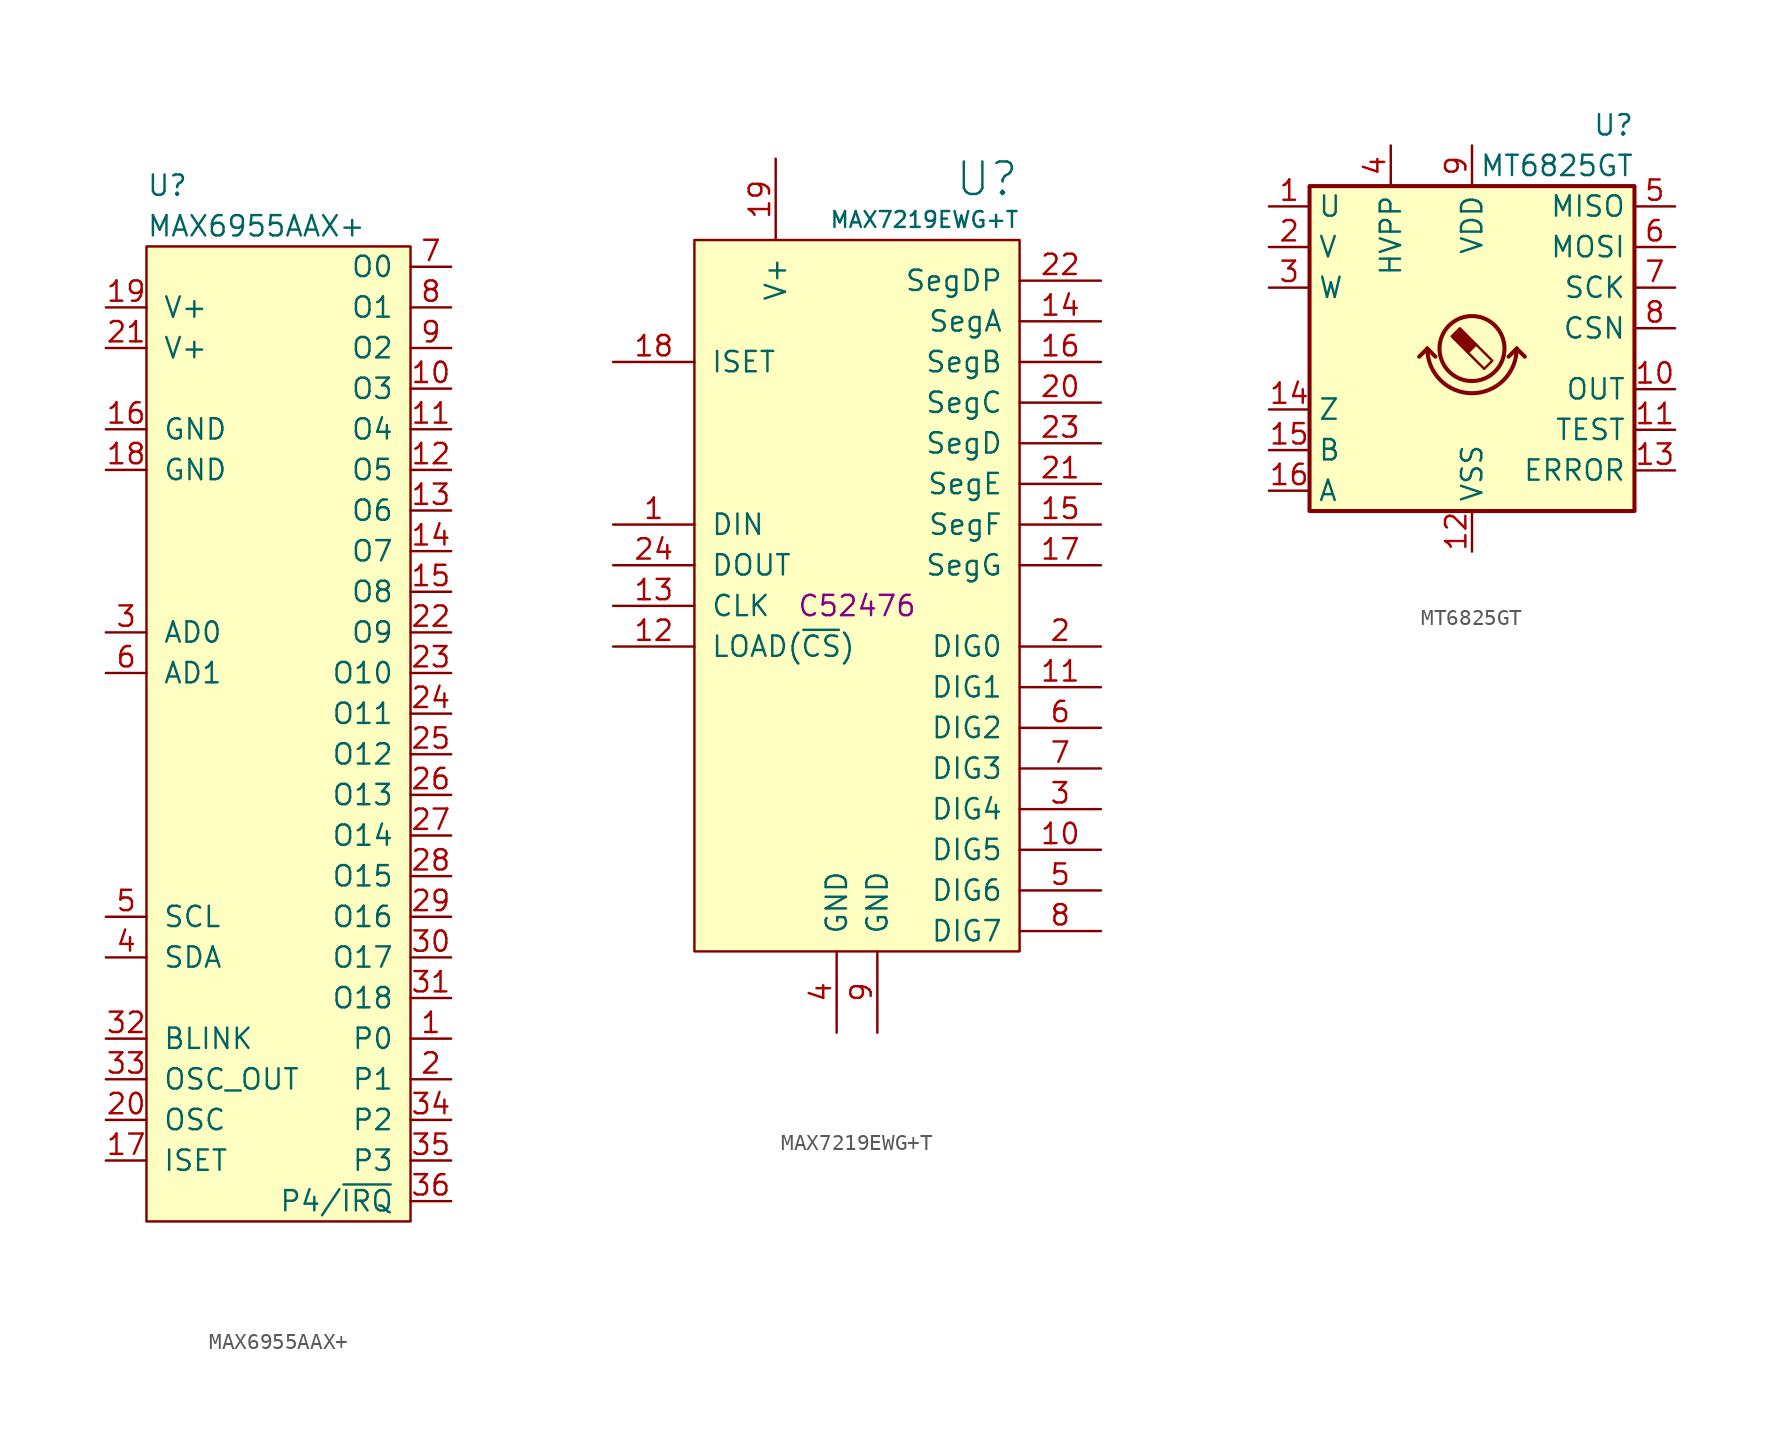
<source format=kicad_sym>
(kicad_symbol_lib
  (version 20231120)
  (generator "kicad_symbol_editor")
  (generator_version "8.0")
  (symbol "MAX6955AAX+"
    (pin_names
      (offset 1.016))
    (property "Reference" "U"
      (at -7.62 34.29 0)
      (effects (font (size 1.27 1.27)) (justify left)))
    (property "Value" "MAX6955AAX+"
      (at -7.62 31.75 0)
      (effects (font (size 1.27 1.27)) (justify left)))
    (symbol "MAX6955AAX+_0_0"
      (pin bidirectional line (at 11.43 -19.05 180) (length 2.54) (name "P0" (effects (font (size 1.27 1.27)))) (number "1" (effects (font (size 1.27 1.27)))))
      (pin output line (at 11.43 21.59 180) (length 2.54) (name "O3" (effects (font (size 1.27 1.27)))) (number "10" (effects (font (size 1.27 1.27)))))
      (pin output line (at 11.43 19.05 180) (length 2.54) (name "O4" (effects (font (size 1.27 1.27)))) (number "11" (effects (font (size 1.27 1.27)))))
      (pin output line (at 11.43 16.51 180) (length 2.54) (name "O5" (effects (font (size 1.27 1.27)))) (number "12" (effects (font (size 1.27 1.27)))))
      (pin output line (at 11.43 13.97 180) (length 2.54) (name "O6" (effects (font (size 1.27 1.27)))) (number "13" (effects (font (size 1.27 1.27)))))
      (pin output line (at 11.43 11.43 180) (length 2.54) (name "O7" (effects (font (size 1.27 1.27)))) (number "14" (effects (font (size 1.27 1.27)))))
      (pin output line (at 11.43 8.89 180) (length 2.54) (name "O8" (effects (font (size 1.27 1.27)))) (number "15" (effects (font (size 1.27 1.27)))))
      (pin power_in line (at -10.16 19.05 0) (length 2.54) (name "GND" (effects (font (size 1.27 1.27)))) (number "16" (effects (font (size 1.27 1.27)))))
      (pin input line (at -10.16 -26.67 0) (length 2.54) (name "ISET" (effects (font (size 1.27 1.27)))) (number "17" (effects (font (size 1.27 1.27)))))
      (pin power_in line (at -10.16 16.51 0) (length 2.54) (name "GND" (effects (font (size 1.27 1.27)))) (number "18" (effects (font (size 1.27 1.27)))))
      (pin power_in line (at -10.16 26.67 0) (length 2.54) (name "V+" (effects (font (size 1.27 1.27)))) (number "19" (effects (font (size 1.27 1.27)))))
      (pin bidirectional line (at 11.43 -21.59 180) (length 2.54) (name "P1" (effects (font (size 1.27 1.27)))) (number "2" (effects (font (size 1.27 1.27)))))
      (pin input line (at -10.16 -24.13 0) (length 2.54) (name "OSC" (effects (font (size 1.27 1.27)))) (number "20" (effects (font (size 1.27 1.27)))))
      (pin power_in line (at -10.16 24.13 0) (length 2.54) (name "V+" (effects (font (size 1.27 1.27)))) (number "21" (effects (font (size 1.27 1.27)))))
      (pin output line (at 11.43 6.35 180) (length 2.54) (name "O9" (effects (font (size 1.27 1.27)))) (number "22" (effects (font (size 1.27 1.27)))))
      (pin output line (at 11.43 3.81 180) (length 2.54) (name "O10" (effects (font (size 1.27 1.27)))) (number "23" (effects (font (size 1.27 1.27)))))
      (pin output line (at 11.43 1.27 180) (length 2.54) (name "O11" (effects (font (size 1.27 1.27)))) (number "24" (effects (font (size 1.27 1.27)))))
      (pin output line (at 11.43 -1.27 180) (length 2.54) (name "O12" (effects (font (size 1.27 1.27)))) (number "25" (effects (font (size 1.27 1.27)))))
      (pin output line (at 11.43 -3.81 180) (length 2.54) (name "O13" (effects (font (size 1.27 1.27)))) (number "26" (effects (font (size 1.27 1.27)))))
      (pin output line (at 11.43 -6.35 180) (length 2.54) (name "O14" (effects (font (size 1.27 1.27)))) (number "27" (effects (font (size 1.27 1.27)))))
      (pin output line (at 11.43 -8.89 180) (length 2.54) (name "O15" (effects (font (size 1.27 1.27)))) (number "28" (effects (font (size 1.27 1.27)))))
      (pin output line (at 11.43 -11.43 180) (length 2.54) (name "O16" (effects (font (size 1.27 1.27)))) (number "29" (effects (font (size 1.27 1.27)))))
      (pin input line (at -10.16 6.35 0) (length 2.54) (name "AD0" (effects (font (size 1.27 1.27)))) (number "3" (effects (font (size 1.27 1.27)))))
      (pin output line (at 11.43 -13.97 180) (length 2.54) (name "O17" (effects (font (size 1.27 1.27)))) (number "30" (effects (font (size 1.27 1.27)))))
      (pin output line (at 11.43 -16.51 180) (length 2.54) (name "O18" (effects (font (size 1.27 1.27)))) (number "31" (effects (font (size 1.27 1.27)))))
      (pin output line (at -10.16 -19.05 0) (length 2.54) (name "BLINK" (effects (font (size 1.27 1.27)))) (number "32" (effects (font (size 1.27 1.27)))))
      (pin output line (at -10.16 -21.59 0) (length 2.54) (name "OSC_OUT" (effects (font (size 1.27 1.27)))) (number "33" (effects (font (size 1.27 1.27)))))
      (pin bidirectional line (at 11.43 -24.13 180) (length 2.54) (name "P2" (effects (font (size 1.27 1.27)))) (number "34" (effects (font (size 1.27 1.27)))))
      (pin bidirectional line (at 11.43 -26.67 180) (length 2.54) (name "P3" (effects (font (size 1.27 1.27)))) (number "35" (effects (font (size 1.27 1.27)))))
      (pin bidirectional line (at 11.43 -29.21 180) (length 2.54) (name "P4/~{IRQ}" (effects (font (size 1.27 1.27)))) (number "36" (effects (font (size 1.27 1.27)))))
      (pin bidirectional line (at -10.16 -13.97 0) (length 2.54) (name "SDA" (effects (font (size 1.27 1.27)))) (number "4" (effects (font (size 1.27 1.27)))))
      (pin input line (at -10.16 -11.43 0) (length 2.54) (name "SCL" (effects (font (size 1.27 1.27)))) (number "5" (effects (font (size 1.27 1.27)))))
      (pin input line (at -10.16 3.81 0) (length 2.54) (name "AD1" (effects (font (size 1.27 1.27)))) (number "6" (effects (font (size 1.27 1.27)))))
      (pin output line (at 11.43 29.21 180) (length 2.54) (name "O0" (effects (font (size 1.27 1.27)))) (number "7" (effects (font (size 1.27 1.27)))))
      (pin output line (at 11.43 26.67 180) (length 2.54) (name "O1" (effects (font (size 1.27 1.27)))) (number "8" (effects (font (size 1.27 1.27)))))
      (pin output line (at 11.43 24.13 180) (length 2.54) (name "O2" (effects (font (size 1.27 1.27)))) (number "9" (effects (font (size 1.27 1.27))))))
    (symbol "MAX6955AAX+_0_1"
      (rectangle (start 8.89 30.48) (end -7.62 -30.48) (stroke (width 0) (type default)) (fill (type background)))))
  (symbol "MAX7219EWG+T"
    (pin_names
      (offset 1.016))
    (property "Reference" "U"
      (at 10.16 26.67 0)
      (effects (font (size 2.032 2.032)) (justify right)))
    (property "Value" "MAX7219EWG+T"
      (at 10.16 24.13 0)
      (effects (font (size 0.991 0.991)) (justify right)))
    (property "LCSC" "C52476"
      (at 0 0 0)
      (effects (font (size 1.27 1.27))))
    (symbol "MAX7219EWG+T_0_1"
      (rectangle (start 10.16 22.86) (end -10.16 -21.59) (stroke (width 0) (type default)) (fill (type background))))
    (symbol "MAX7219EWG+T_1_1"
      (pin input line (at -15.24 5.08 0) (length 5.08) (name "DIN" (effects (font (size 1.27 1.27)))) (number "1" (effects (font (size 1.27 1.27)))))
      (pin output line (at 15.24 -15.24 180) (length 5.08) (name "DIG5" (effects (font (size 1.27 1.27)))) (number "10" (effects (font (size 1.27 1.27)))))
      (pin output line (at 15.24 -5.08 180) (length 5.08) (name "DIG1" (effects (font (size 1.27 1.27)))) (number "11" (effects (font (size 1.27 1.27)))))
      (pin input line (at -15.24 -2.54 0) (length 5.08) (name "LOAD(~{CS})" (effects (font (size 1.27 1.27)))) (number "12" (effects (font (size 1.27 1.27)))))
      (pin input line (at -15.24 0 0) (length 5.08) (name "CLK" (effects (font (size 1.27 1.27)))) (number "13" (effects (font (size 1.27 1.27)))))
      (pin output line (at 15.24 17.78 180) (length 5.08) (name "SegA" (effects (font (size 1.27 1.27)))) (number "14" (effects (font (size 1.27 1.27)))))
      (pin output line (at 15.24 5.08 180) (length 5.08) (name "SegF" (effects (font (size 1.27 1.27)))) (number "15" (effects (font (size 1.27 1.27)))))
      (pin output line (at 15.24 15.24 180) (length 5.08) (name "SegB" (effects (font (size 1.27 1.27)))) (number "16" (effects (font (size 1.27 1.27)))))
      (pin output line (at 15.24 2.54 180) (length 5.08) (name "SegG" (effects (font (size 1.27 1.27)))) (number "17" (effects (font (size 1.27 1.27)))))
      (pin input line (at -15.24 15.24 0) (length 5.08) (name "ISET" (effects (font (size 1.27 1.27)))) (number "18" (effects (font (size 1.27 1.27)))))
      (pin power_in line (at -5.08 27.94 270) (length 5.08) (name "V+" (effects (font (size 1.27 1.27)))) (number "19" (effects (font (size 1.27 1.27)))))
      (pin output line (at 15.24 -2.54 180) (length 5.08) (name "DIG0" (effects (font (size 1.27 1.27)))) (number "2" (effects (font (size 1.27 1.27)))))
      (pin output line (at 15.24 12.7 180) (length 5.08) (name "SegC" (effects (font (size 1.27 1.27)))) (number "20" (effects (font (size 1.27 1.27)))))
      (pin output line (at 15.24 7.62 180) (length 5.08) (name "SegE" (effects (font (size 1.27 1.27)))) (number "21" (effects (font (size 1.27 1.27)))))
      (pin output line (at 15.24 20.32 180) (length 5.08) (name "SegDP" (effects (font (size 1.27 1.27)))) (number "22" (effects (font (size 1.27 1.27)))))
      (pin output line (at 15.24 10.16 180) (length 5.08) (name "SegD" (effects (font (size 1.27 1.27)))) (number "23" (effects (font (size 1.27 1.27)))))
      (pin output line (at -15.24 2.54 0) (length 5.08) (name "DOUT" (effects (font (size 1.27 1.27)))) (number "24" (effects (font (size 1.27 1.27)))))
      (pin output line (at 15.24 -12.7 180) (length 5.08) (name "DIG4" (effects (font (size 1.27 1.27)))) (number "3" (effects (font (size 1.27 1.27)))))
      (pin power_in line (at -1.27 -26.67 90) (length 5.08) (name "GND" (effects (font (size 1.27 1.27)))) (number "4" (effects (font (size 1.27 1.27)))))
      (pin output line (at 15.24 -17.78 180) (length 5.08) (name "DIG6" (effects (font (size 1.27 1.27)))) (number "5" (effects (font (size 1.27 1.27)))))
      (pin output line (at 15.24 -7.62 180) (length 5.08) (name "DIG2" (effects (font (size 1.27 1.27)))) (number "6" (effects (font (size 1.27 1.27)))))
      (pin output line (at 15.24 -10.16 180) (length 5.08) (name "DIG3" (effects (font (size 1.27 1.27)))) (number "7" (effects (font (size 1.27 1.27)))))
      (pin output line (at 15.24 -20.32 180) (length 5.08) (name "DIG7" (effects (font (size 1.27 1.27)))) (number "8" (effects (font (size 1.27 1.27)))))
      (pin power_in line (at 1.27 -26.67 90) (length 5.08) (name "GND" (effects (font (size 1.27 1.27)))) (number "9" (effects (font (size 1.27 1.27)))))))
  (symbol "MT6825GT"
    (property "Reference" "U"
      (at 10.16 13.97 0)
      (effects (font (size 1.27 1.27)) (justify right)))
    (property "Value" "MT6825GT"
      (at 10.16 11.43 0)
      (effects (font (size 1.27 1.27)) (justify right)))
    (symbol "MT6825GT_0_0"
      (pin output line (at -12.7 8.89 0) (length 2.54) (name "U" (effects (font (size 1.27 1.27)))) (number "1" (effects (font (size 1.27 1.27)))))
      (pin output line (at 12.7 -2.54 180) (length 2.54) (name "OUT" (effects (font (size 1.27 1.27)))) (number "10" (effects (font (size 1.27 1.27)))))
      (pin input line (at 12.7 -5.08 180) (length 2.54) (name "TEST" (effects (font (size 1.27 1.27)))) (number "11" (effects (font (size 1.27 1.27)))))
      (pin power_in line (at 0 -12.7 90) (length 2.54) (name "VSS" (effects (font (size 1.27 1.27)))) (number "12" (effects (font (size 1.27 1.27)))))
      (pin output line (at 12.7 -7.62 180) (length 2.54) (name "ERROR" (effects (font (size 1.27 1.27)))) (number "13" (effects (font (size 1.27 1.27)))))
      (pin output line (at -12.7 -3.81 0) (length 2.54) (name "Z" (effects (font (size 1.27 1.27)))) (number "14" (effects (font (size 1.27 1.27)))))
      (pin output line (at -12.7 -6.35 0) (length 2.54) (name "B" (effects (font (size 1.27 1.27)))) (number "15" (effects (font (size 1.27 1.27)))))
      (pin output line (at -12.7 -8.89 0) (length 2.54) (name "A" (effects (font (size 1.27 1.27)))) (number "16" (effects (font (size 1.27 1.27)))))
      (pin output line (at -12.7 6.35 0) (length 2.54) (name "V" (effects (font (size 1.27 1.27)))) (number "2" (effects (font (size 1.27 1.27)))))
      (pin output line (at -12.7 3.81 0) (length 2.54) (name "W" (effects (font (size 1.27 1.27)))) (number "3" (effects (font (size 1.27 1.27)))))
      (pin power_in line (at -5.08 12.7 270) (length 2.54) (name "HVPP" (effects (font (size 1.27 1.27)))) (number "4" (effects (font (size 1.27 1.27)))))
      (pin output line (at 12.7 8.89 180) (length 2.54) (name "MISO" (effects (font (size 1.27 1.27)))) (number "5" (effects (font (size 1.27 1.27)))))
      (pin bidirectional line (at 12.7 6.35 180) (length 2.54) (name "MOSI" (effects (font (size 1.27 1.27)))) (number "6" (effects (font (size 1.27 1.27)))))
      (pin input line (at 12.7 3.81 180) (length 2.54) (name "SCK" (effects (font (size 1.27 1.27)))) (number "7" (effects (font (size 1.27 1.27)))))
      (pin input line (at 12.7 1.27 180) (length 2.54) (name "CSN" (effects (font (size 1.27 1.27)))) (number "8" (effects (font (size 1.27 1.27)))))
      (pin power_in line (at 0 12.7 270) (length 2.54) (name "VDD" (effects (font (size 1.27 1.27)))) (number "9" (effects (font (size 1.27 1.27))))))
    (symbol "MT6825GT_0_1"
      (rectangle (start -10.16 10.16) (end 10.16 -10.16) (stroke (width 0.254) (type default)) (fill (type background)))
      (arc (start -2.794 0) (mid 0 -2.7819) (end 2.794 0) (stroke (width 0.254) (type default)) (fill (type none)))
      (polyline (pts (xy -2.794 0) (xy -3.302 -0.508)) (stroke (width 0.254) (type default)) (fill (type none)))
      (polyline (pts (xy -2.794 0) (xy -2.286 -0.508)) (stroke (width 0.254) (type default)) (fill (type none)))
      (polyline (pts (xy 2.794 0) (xy 2.286 -0.508)) (stroke (width 0.254) (type default)) (fill (type none)))
      (polyline (pts (xy 2.794 0) (xy 3.302 -0.508)) (stroke (width 0.254) (type default)) (fill (type none)))
      (polyline (pts (xy 0.254 0.254) (xy 1.27 -0.762) (xy 0.762 -1.27) (xy -0.254 -0.254)) (stroke (width 0) (type default)) (fill (type none)))
      (polyline (pts (xy -0.762 1.27) (xy 0.254 0.254) (xy -0.254 -0.254) (xy -1.27 0.762) (xy -1.016 1.016) (xy -0.762 1.27) (xy -0.635 1.143)) (stroke (width 0) (type default)) (fill (type outline)))
      (circle (center 0 0) (radius 2.032) (stroke (width 0.254) (type default)) (fill (type none))))))
</source>
